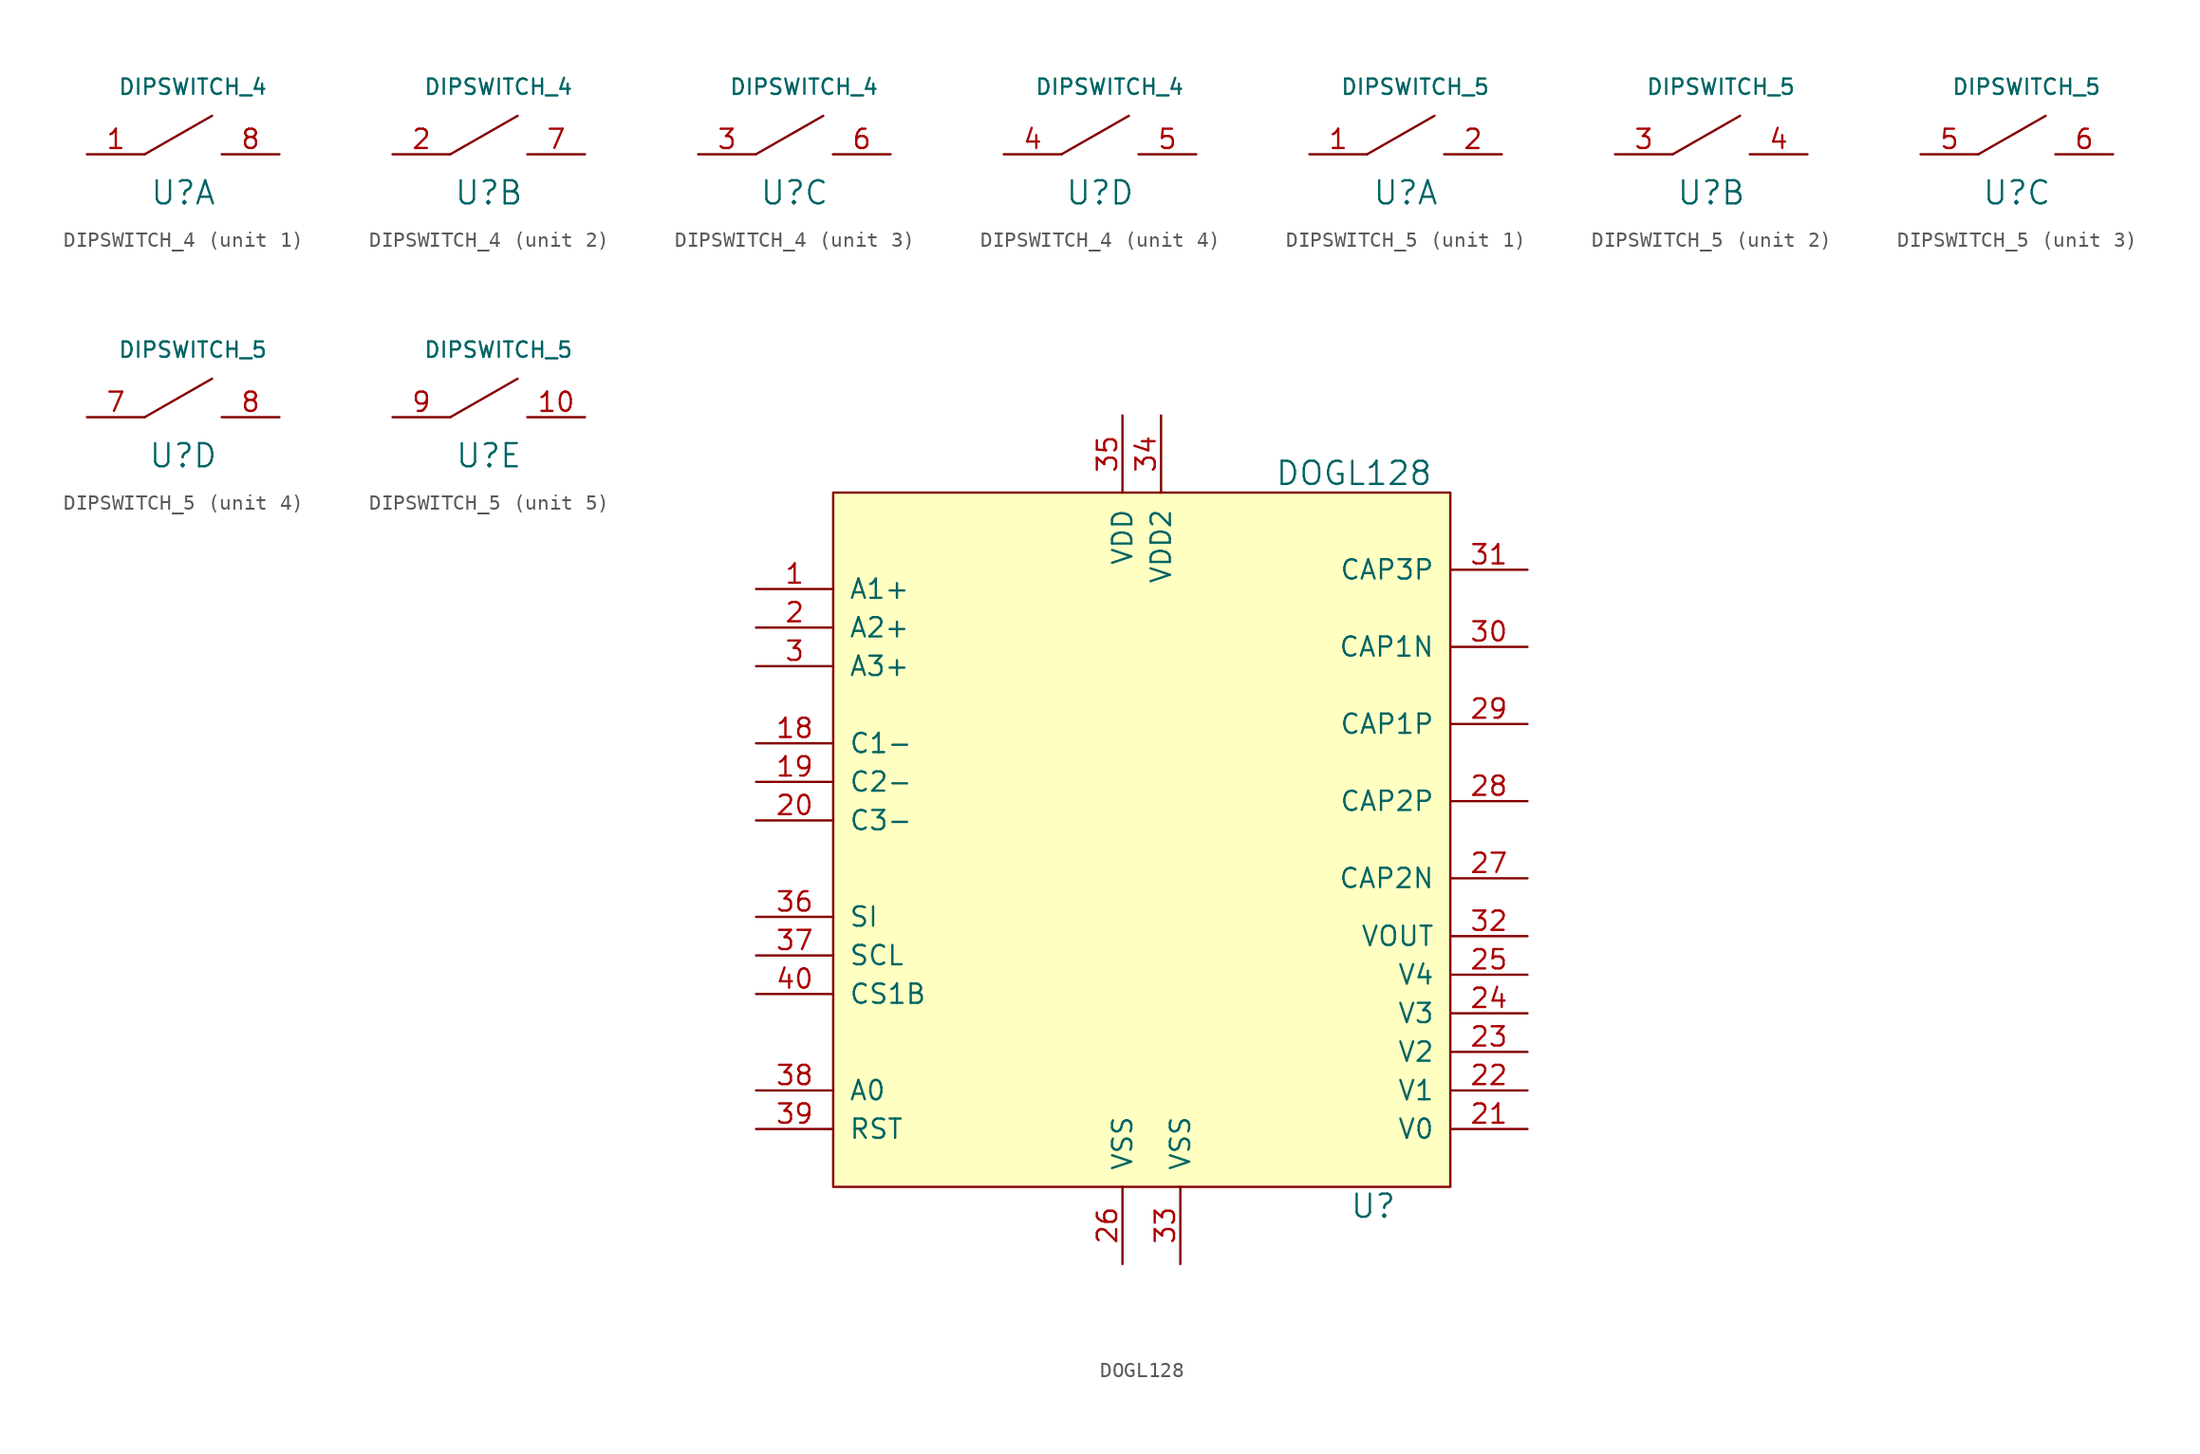
<source format=kicad_sym>
(kicad_symbol_lib
  (version 20211014)
  (generator kicad_symbol_editor)
  (symbol "DIPSWITCH_4"
    (pin_names
      (offset 1.016))
    (property "Reference" "U"
      (at 0 -2.54 0)
      (effects (font (size 1.524 1.524))))
    (property "Value" "DIPSWITCH_4"
      (at 0.635 4.445 0)
      (effects (font (size 1.016 1.016))))
    (property "Footprint" ""
      (at 0 0 0)
      (effects (font (size 1.524 1.524))))
    (property "Datasheet" ""
      (at 0 0 0)
      (effects (font (size 1.524 1.524))))
    (symbol "DIPSWITCH_4_0_1"
      (polyline (pts (xy -2.54 0) (xy 1.905 2.54)) (stroke (width 0) (type default) (color 0 0 0 0)) (fill (type none))))
    (symbol "DIPSWITCH_4_1_1"
      (pin input line (at -6.35 0 0) (length 3.81) (name "~" (effects (font (size 1.27 1.27)))) (number "1" (effects (font (size 1.27 1.27)))))
      (pin input line (at 6.35 0 180) (length 3.81) (name "~" (effects (font (size 1.27 1.27)))) (number "8" (effects (font (size 1.27 1.27))))))
    (symbol "DIPSWITCH_4_2_1"
      (pin input line (at -6.35 0 0) (length 3.81) (name "~" (effects (font (size 1.27 1.27)))) (number "2" (effects (font (size 1.27 1.27)))))
      (pin input line (at 6.35 0 180) (length 3.81) (name "~" (effects (font (size 1.27 1.27)))) (number "7" (effects (font (size 1.27 1.27))))))
    (symbol "DIPSWITCH_4_3_1"
      (pin input line (at -6.35 0 0) (length 3.81) (name "~" (effects (font (size 1.27 1.27)))) (number "3" (effects (font (size 1.27 1.27)))))
      (pin input line (at 6.35 0 180) (length 3.81) (name "~" (effects (font (size 1.27 1.27)))) (number "6" (effects (font (size 1.27 1.27))))))
    (symbol "DIPSWITCH_4_4_1"
      (pin input line (at -6.35 0 0) (length 3.81) (name "~" (effects (font (size 1.27 1.27)))) (number "4" (effects (font (size 1.27 1.27)))))
      (pin input line (at 6.35 0 180) (length 3.81) (name "~" (effects (font (size 1.27 1.27)))) (number "5" (effects (font (size 1.27 1.27)))))))
  (symbol "DIPSWITCH_5"
    (pin_names
      (offset 1.016))
    (property "Reference" "U"
      (at 0 -2.54 0)
      (effects (font (size 1.524 1.524))))
    (property "Value" "DIPSWITCH_5"
      (at 0.635 4.445 0)
      (effects (font (size 1.016 1.016))))
    (property "Footprint" ""
      (at 0 0 0)
      (effects (font (size 1.524 1.524))))
    (property "Datasheet" ""
      (at 0 0 0)
      (effects (font (size 1.524 1.524))))
    (symbol "DIPSWITCH_5_0_1"
      (polyline (pts (xy -2.54 0) (xy 1.905 2.54)) (stroke (width 0) (type default) (color 0 0 0 0)) (fill (type none))))
    (symbol "DIPSWITCH_5_1_1"
      (pin input line (at -6.35 0 0) (length 3.81) (name "~" (effects (font (size 1.27 1.27)))) (number "1" (effects (font (size 1.27 1.27)))))
      (pin input line (at 6.35 0 180) (length 3.81) (name "~" (effects (font (size 1.27 1.27)))) (number "2" (effects (font (size 1.27 1.27))))))
    (symbol "DIPSWITCH_5_2_1"
      (pin input line (at -6.35 0 0) (length 3.81) (name "~" (effects (font (size 1.27 1.27)))) (number "3" (effects (font (size 1.27 1.27)))))
      (pin input line (at 6.35 0 180) (length 3.81) (name "~" (effects (font (size 1.27 1.27)))) (number "4" (effects (font (size 1.27 1.27))))))
    (symbol "DIPSWITCH_5_3_1"
      (pin input line (at -6.35 0 0) (length 3.81) (name "~" (effects (font (size 1.27 1.27)))) (number "5" (effects (font (size 1.27 1.27)))))
      (pin input line (at 6.35 0 180) (length 3.81) (name "~" (effects (font (size 1.27 1.27)))) (number "6" (effects (font (size 1.27 1.27))))))
    (symbol "DIPSWITCH_5_4_1"
      (pin input line (at -6.35 0 0) (length 3.81) (name "~" (effects (font (size 1.27 1.27)))) (number "7" (effects (font (size 1.27 1.27)))))
      (pin input line (at 6.35 0 180) (length 3.81) (name "~" (effects (font (size 1.27 1.27)))) (number "8" (effects (font (size 1.27 1.27))))))
    (symbol "DIPSWITCH_5_5_1"
      (pin input line (at 6.35 0 180) (length 3.81) (name "~" (effects (font (size 1.27 1.27)))) (number "10" (effects (font (size 1.27 1.27)))))
      (pin input line (at -6.35 0 0) (length 3.81) (name "~" (effects (font (size 1.27 1.27)))) (number "9" (effects (font (size 1.27 1.27)))))))
  (symbol "DOGL128"
    (pin_names
      (offset 1.016))
    (property "Reference" "U"
      (at 15.24 -24.13 0)
      (effects (font (size 1.524 1.524))))
    (property "Value" "DOGL128"
      (at 13.97 24.13 0)
      (effects (font (size 1.524 1.524))))
    (property "Footprint" ""
      (at 12.7 -26.67 0)
      (effects (font (size 1.524 1.524))))
    (property "Datasheet" ""
      (at 0 0 0)
      (effects (font (size 1.524 1.524))))
    (symbol "DOGL128_0_1"
      (rectangle (start 20.32 22.86) (end -20.32 -22.86) (stroke (width 0) (type default) (color 0 0 0 0)) (fill (type background))))
    (symbol "DOGL128_1_1"
      (pin input line (at -25.4 16.51 0) (length 5.08) (name "A1+" (effects (font (size 1.27 1.27)))) (number "1" (effects (font (size 1.27 1.27)))))
      (pin input line (at -25.4 6.35 0) (length 5.08) (name "C1-" (effects (font (size 1.27 1.27)))) (number "18" (effects (font (size 1.27 1.27)))))
      (pin input line (at -25.4 3.81 0) (length 5.08) (name "C2-" (effects (font (size 1.27 1.27)))) (number "19" (effects (font (size 1.27 1.27)))))
      (pin input line (at -25.4 13.97 0) (length 5.08) (name "A2+" (effects (font (size 1.27 1.27)))) (number "2" (effects (font (size 1.27 1.27)))))
      (pin input line (at -25.4 1.27 0) (length 5.08) (name "C3-" (effects (font (size 1.27 1.27)))) (number "20" (effects (font (size 1.27 1.27)))))
      (pin input line (at 25.4 -19.05 180) (length 5.08) (name "V0" (effects (font (size 1.27 1.27)))) (number "21" (effects (font (size 1.27 1.27)))))
      (pin input line (at 25.4 -16.51 180) (length 5.08) (name "V1" (effects (font (size 1.27 1.27)))) (number "22" (effects (font (size 1.27 1.27)))))
      (pin input line (at 25.4 -13.97 180) (length 5.08) (name "V2" (effects (font (size 1.27 1.27)))) (number "23" (effects (font (size 1.27 1.27)))))
      (pin input line (at 25.4 -11.43 180) (length 5.08) (name "V3" (effects (font (size 1.27 1.27)))) (number "24" (effects (font (size 1.27 1.27)))))
      (pin input line (at 25.4 -8.89 180) (length 5.08) (name "V4" (effects (font (size 1.27 1.27)))) (number "25" (effects (font (size 1.27 1.27)))))
      (pin input line (at -1.27 -27.94 90) (length 5.08) (name "VSS" (effects (font (size 1.27 1.27)))) (number "26" (effects (font (size 1.27 1.27)))))
      (pin input line (at 25.4 -2.54 180) (length 5.08) (name "CAP2N" (effects (font (size 1.27 1.27)))) (number "27" (effects (font (size 1.27 1.27)))))
      (pin input line (at 25.4 2.54 180) (length 5.08) (name "CAP2P" (effects (font (size 1.27 1.27)))) (number "28" (effects (font (size 1.27 1.27)))))
      (pin input line (at 25.4 7.62 180) (length 5.08) (name "CAP1P" (effects (font (size 1.27 1.27)))) (number "29" (effects (font (size 1.27 1.27)))))
      (pin input line (at -25.4 11.43 0) (length 5.08) (name "A3+" (effects (font (size 1.27 1.27)))) (number "3" (effects (font (size 1.27 1.27)))))
      (pin input line (at 25.4 12.7 180) (length 5.08) (name "CAP1N" (effects (font (size 1.27 1.27)))) (number "30" (effects (font (size 1.27 1.27)))))
      (pin input line (at 25.4 17.78 180) (length 5.08) (name "CAP3P" (effects (font (size 1.27 1.27)))) (number "31" (effects (font (size 1.27 1.27)))))
      (pin input line (at 25.4 -6.35 180) (length 5.08) (name "VOUT" (effects (font (size 1.27 1.27)))) (number "32" (effects (font (size 1.27 1.27)))))
      (pin input line (at 2.54 -27.94 90) (length 5.08) (name "VSS" (effects (font (size 1.27 1.27)))) (number "33" (effects (font (size 1.27 1.27)))))
      (pin input line (at 1.27 27.94 270) (length 5.08) (name "VDD2" (effects (font (size 1.27 1.27)))) (number "34" (effects (font (size 1.27 1.27)))))
      (pin input line (at -1.27 27.94 270) (length 5.08) (name "VDD" (effects (font (size 1.27 1.27)))) (number "35" (effects (font (size 1.27 1.27)))))
      (pin input line (at -25.4 -5.08 0) (length 5.08) (name "SI" (effects (font (size 1.27 1.27)))) (number "36" (effects (font (size 1.27 1.27)))))
      (pin input line (at -25.4 -7.62 0) (length 5.08) (name "SCL" (effects (font (size 1.27 1.27)))) (number "37" (effects (font (size 1.27 1.27)))))
      (pin input line (at -25.4 -16.51 0) (length 5.08) (name "A0" (effects (font (size 1.27 1.27)))) (number "38" (effects (font (size 1.27 1.27)))))
      (pin input line (at -25.4 -19.05 0) (length 5.08) (name "RST" (effects (font (size 1.27 1.27)))) (number "39" (effects (font (size 1.27 1.27)))))
      (pin input line (at -25.4 -10.16 0) (length 5.08) (name "CS1B" (effects (font (size 1.27 1.27)))) (number "40" (effects (font (size 1.27 1.27))))))))
</source>
